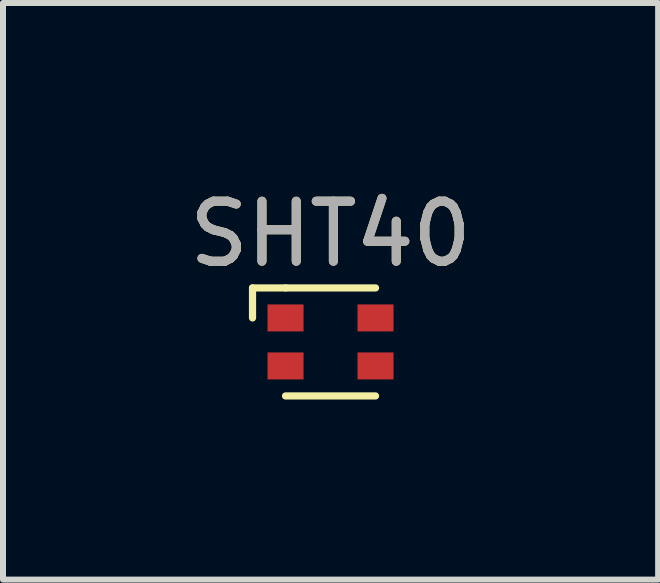
<source format=kicad_pcb>
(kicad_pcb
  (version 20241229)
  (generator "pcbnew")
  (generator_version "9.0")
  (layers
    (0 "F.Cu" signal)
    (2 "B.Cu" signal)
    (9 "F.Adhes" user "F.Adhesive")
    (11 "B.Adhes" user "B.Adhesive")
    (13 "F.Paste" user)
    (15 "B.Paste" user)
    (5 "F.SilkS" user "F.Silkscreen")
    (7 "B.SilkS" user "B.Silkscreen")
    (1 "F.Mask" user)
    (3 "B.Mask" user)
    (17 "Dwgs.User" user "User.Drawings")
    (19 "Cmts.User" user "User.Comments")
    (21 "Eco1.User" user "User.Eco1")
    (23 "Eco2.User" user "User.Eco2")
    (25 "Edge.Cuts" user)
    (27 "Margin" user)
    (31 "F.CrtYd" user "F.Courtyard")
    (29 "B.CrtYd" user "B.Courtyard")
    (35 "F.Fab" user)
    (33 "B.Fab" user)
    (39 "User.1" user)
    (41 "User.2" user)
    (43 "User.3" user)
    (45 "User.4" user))
  (footprint "SHT40"
    (layer "F.Cu")
    (at 2.458 2.648)
    (property "Reference" "SHT40" (at 0 -1.8 0) (unlocked yes) (layer "F.SilkS") (effects (font (size 1 1) (thickness 0.15))))
    (attr smd)
    (fp_line (start -1.3 -0.9) (end -1.3 -0.4) (stroke (width 0.12) (type solid)) (layer "F.SilkS"))
    (fp_line (start -0.75 -0.9) (end -1.3 -0.9) (stroke (width 0.12) (type solid)) (layer "F.SilkS"))
    (fp_line (start -0.75 -0.9) (end 0.75 -0.9) (stroke (width 0.12) (type solid)) (layer "F.SilkS"))
    (fp_line (start 0.75 0.9) (end -0.75 0.9) (stroke (width 0.12) (type solid)) (layer "F.SilkS"))
    (fp_text user "${REFERENCE}" (at 0 -1.8 0) (unlocked yes) (layer "F.Fab") (effects (font (size 1 1) (thickness 0.15))))
    (pad "1" smd rect (at -0.75 -0.4) (size 0.6 0.45) (layers "F.Cu" "F.Mask" "F.Paste"))
    (pad "2" smd rect (at -0.75 0.4) (size 0.6 0.45) (layers "F.Cu" "F.Mask" "F.Paste"))
    (pad "3" smd rect (at 0.75 0.4) (size 0.6 0.45) (layers "F.Cu" "F.Mask" "F.Paste"))
    (pad "4" smd rect (at 0.75 -0.4) (size 0.6 0.45) (layers "F.Cu" "F.Mask" "F.Paste")))
  (gr_rect
    (start -3 -3)
    (end 7.917 6.608)
    (stroke (width 0.1) (type default))
    (fill no)
    (layer "Edge.Cuts")))
</source>
